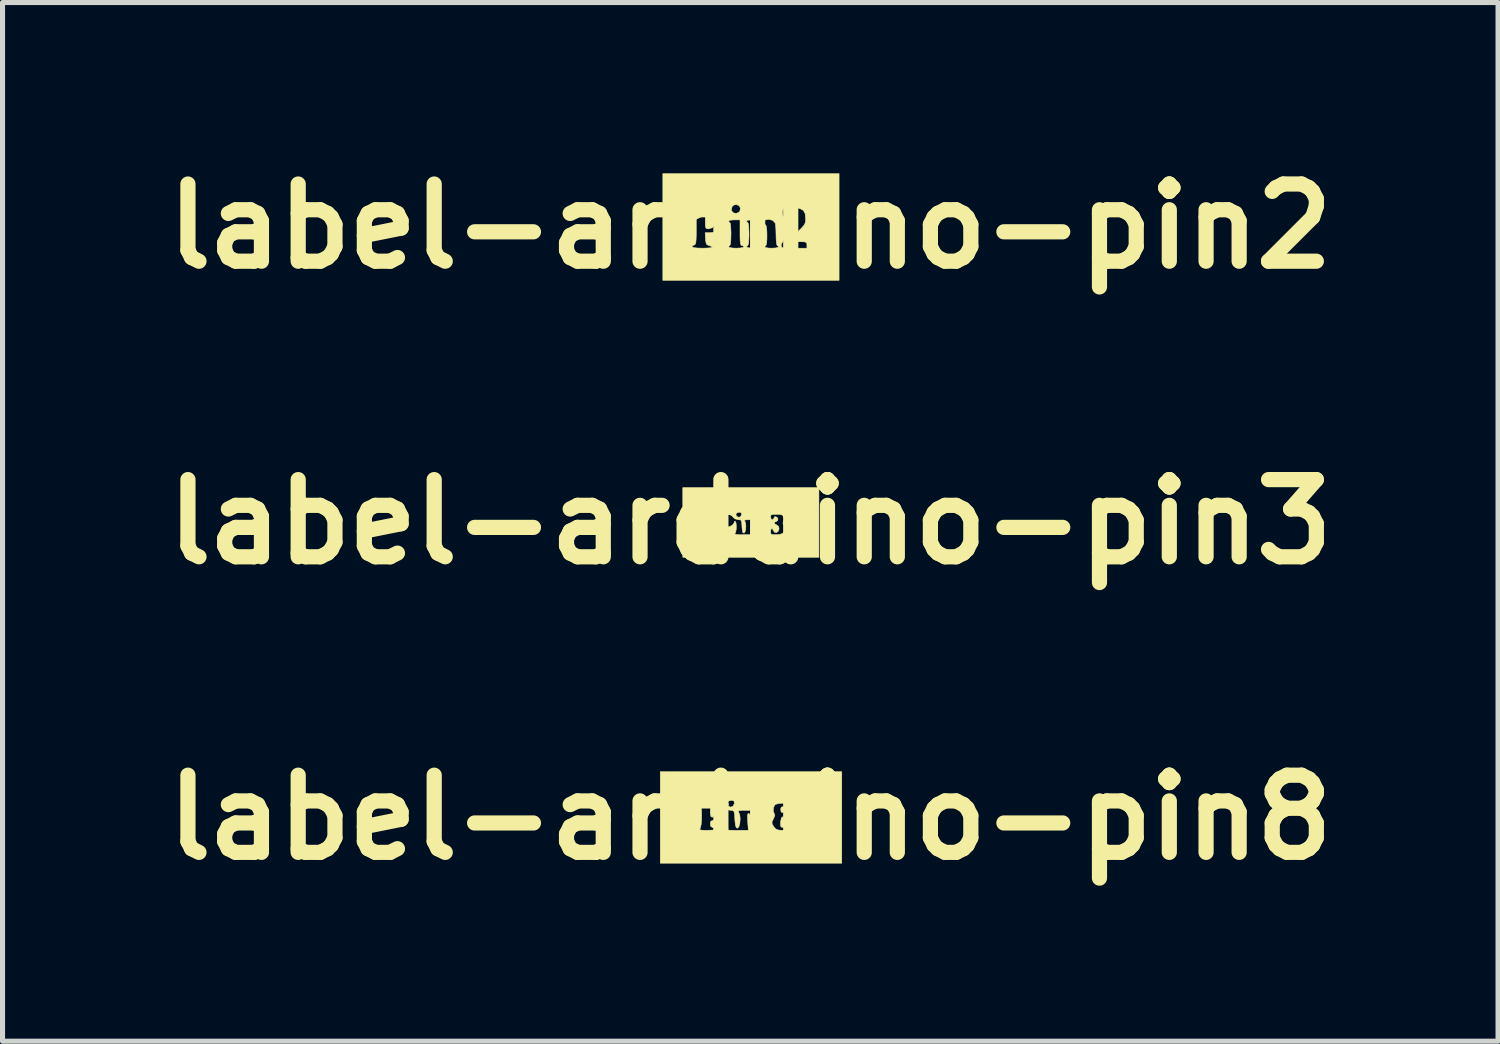
<source format=kicad_pcb>
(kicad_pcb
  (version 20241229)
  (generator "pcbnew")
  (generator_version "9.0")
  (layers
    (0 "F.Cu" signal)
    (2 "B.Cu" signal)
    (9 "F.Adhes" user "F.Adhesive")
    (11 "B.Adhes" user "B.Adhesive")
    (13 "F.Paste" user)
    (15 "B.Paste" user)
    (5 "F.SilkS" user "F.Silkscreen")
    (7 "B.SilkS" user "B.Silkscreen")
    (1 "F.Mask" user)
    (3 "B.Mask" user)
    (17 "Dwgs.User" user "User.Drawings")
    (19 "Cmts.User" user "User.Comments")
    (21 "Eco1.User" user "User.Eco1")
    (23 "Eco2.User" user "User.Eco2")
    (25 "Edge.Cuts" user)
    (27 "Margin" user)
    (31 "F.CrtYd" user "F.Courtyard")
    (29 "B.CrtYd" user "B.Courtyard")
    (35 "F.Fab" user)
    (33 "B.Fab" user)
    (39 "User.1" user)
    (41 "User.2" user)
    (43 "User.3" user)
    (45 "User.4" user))
  (footprint "label-arduino-pin2"
    (layer "F.Cu")
    (at 11.764 1.418)
    (property "Reference" "label-arduino-pin2" (at 0 0 0) (layer "F.SilkS") (effects (font (size 1.524 1.524) (thickness 0.3))))
    (attr through_hole)
    (fp_poly (pts (xy -0.744 -0.291) (xy -0.702 -0.247) (xy -0.686 -0.163) (xy -0.686 -0.136) (xy -0.702 -0.035) (xy -0.748 0.028) (xy -0.824 0.051) (xy -0.827 0.051) (xy -0.86 0.048) (xy -0.878 0.032) (xy -0.887 -0.008) (xy -0.889 -0.083) (xy -0.889 -0.127) (xy -0.888 -0.22) (xy -0.883 -0.273) (xy -0.869 -0.297) (xy -0.842 -0.304) (xy -0.818 -0.305) (xy -0.744 -0.291)) (stroke (width 0.01) (type solid)) (fill yes) (layer "F.SilkS"))
    (fp_poly (pts (xy 1.753 1.067) (xy -1.727 1.067) (xy -1.727 -0.357) (xy -1.167 -0.357) (xy -1.165 -0.34) (xy -1.118 -0.323) (xy -1.097 -0.314) (xy -1.083 -0.296) (xy -1.074 -0.258) (xy -1.069 -0.195) (xy -1.067 -0.095) (xy -1.067 0.025) (xy -1.067 0.162) (xy -1.07 0.256) (xy -1.075 0.316) (xy -1.084 0.35) (xy -1.099 0.367) (xy -1.118 0.374) (xy -1.165 0.392) (xy -1.166 0.408) (xy -1.124 0.421) (xy -1.042 0.429) (xy -0.947 0.432) (xy -0.844 0.429) (xy -0.775 0.423) (xy -0.749 0.413) (xy -0.751 0.409) (xy -0.794 0.385) (xy -0.826 0.377) (xy -0.858 0.361) (xy -0.876 0.32) (xy -0.884 0.247) (xy -0.892 0.127) (xy -0.801 0.127) (xy -0.697 0.114) (xy -0.601 0.079) (xy -0.53 0.031) (xy -0.51 0.004) (xy -0.487 -0.079) (xy -0.487 -0.102) (xy -0.432 -0.102) (xy -0.412 -0.077) (xy -0.406 -0.076) (xy -0.394 -0.052) (xy -0.386 0.014) (xy -0.381 0.115) (xy -0.381 0.152) (xy -0.384 0.262) (xy -0.391 0.34) (xy -0.402 0.378) (xy -0.406 0.381) (xy -0.431 0.4) (xy -0.432 0.406) (xy -0.409 0.42) (xy -0.348 0.429) (xy -0.279 0.432) (xy -0.198 0.428) (xy -0.143 0.418) (xy -0.127 0.406) (xy -0.148 0.384) (xy -0.165 0.381) (xy -0.183 0.373) (xy -0.194 0.342) (xy -0.201 0.28) (xy -0.203 0.18) (xy -0.203 0.127) (xy -0.203 -0.102) (xy -0.076 -0.102) (xy -0.057 -0.077) (xy -0.051 -0.076) (xy -0.039 -0.052) (xy -0.03 0.014) (xy -0.026 0.115) (xy -0.025 0.152) (xy -0.028 0.262) (xy -0.035 0.34) (xy -0.047 0.378) (xy -0.051 0.381) (xy -0.075 0.4) (xy -0.076 0.406) (xy -0.053 0.42) (xy 0.006 0.43) (xy 0.064 0.432) (xy 0.14 0.428) (xy 0.191 0.417) (xy 0.203 0.406) (xy 0.184 0.382) (xy 0.177 0.381) (xy 0.163 0.357) (xy 0.157 0.286) (xy 0.158 0.174) (xy 0.158 0.171) (xy 0.162 0.068) (xy 0.169 0.006) (xy 0.182 -0.028) (xy 0.203 -0.042) (xy 0.226 -0.047) (xy 0.281 -0.041) (xy 0.308 -0.021) (xy 0.32 0.021) (xy 0.327 0.092) (xy 0.329 0.177) (xy 0.328 0.263) (xy 0.322 0.334) (xy 0.311 0.376) (xy 0.305 0.381) (xy 0.28 0.4) (xy 0.279 0.406) (xy 0.302 0.42) (xy 0.362 0.43) (xy 0.419 0.432) (xy 0.496 0.428) (xy 0.546 0.417) (xy 0.559 0.406) (xy 0.539 0.382) (xy 0.533 0.381) (xy 0.529 0.373) (xy 0.61 0.373) (xy 0.612 0.4) (xy 0.624 0.417) (xy 0.657 0.426) (xy 0.718 0.431) (xy 0.818 0.432) (xy 0.864 0.432) (xy 1.118 0.432) (xy 1.118 0.368) (xy 1.115 0.335) (xy 1.1 0.316) (xy 1.061 0.307) (xy 0.987 0.305) (xy 0.94 0.305) (xy 0.852 0.303) (xy 0.789 0.297) (xy 0.762 0.289) (xy 0.762 0.289) (xy 0.779 0.265) (xy 0.826 0.216) (xy 0.892 0.15) (xy 0.927 0.117) (xy 1.006 0.041) (xy 1.055 -0.014) (xy 1.081 -0.058) (xy 1.091 -0.105) (xy 1.092 -0.155) (xy 1.083 -0.249) (xy 1.051 -0.308) (xy 1.042 -0.317) (xy 0.979 -0.35) (xy 0.886 -0.372) (xy 0.785 -0.38) (xy 0.7 -0.371) (xy 0.655 -0.351) (xy 0.637 -0.309) (xy 0.635 -0.266) (xy 0.644 -0.2) (xy 0.666 -0.18) (xy 0.696 -0.208) (xy 0.712 -0.243) (xy 0.739 -0.288) (xy 0.783 -0.302) (xy 0.819 -0.3) (xy 0.869 -0.292) (xy 0.895 -0.271) (xy 0.906 -0.222) (xy 0.909 -0.17) (xy 0.905 -0.073) (xy 0.875 0.017) (xy 0.812 0.109) (xy 0.713 0.215) (xy 0.649 0.288) (xy 0.614 0.351) (xy 0.61 0.373) (xy 0.529 0.373) (xy 0.521 0.357) (xy 0.512 0.293) (xy 0.508 0.197) (xy 0.508 0.18) (xy 0.506 0.079) (xy 0.501 -0.006) (xy 0.493 -0.058) (xy 0.492 -0.063) (xy 0.447 -0.115) (xy 0.371 -0.136) (xy 0.274 -0.123) (xy 0.253 -0.117) (xy 0.192 -0.1) (xy 0.156 -0.1) (xy 0.152 -0.105) (xy 0.13 -0.118) (xy 0.072 -0.126) (xy 0.038 -0.127) (xy -0.03 -0.122) (xy -0.071 -0.109) (xy -0.076 -0.102) (xy -0.203 -0.102) (xy -0.203 -0.127) (xy -0.318 -0.127) (xy -0.386 -0.122) (xy -0.427 -0.109) (xy -0.432 -0.102) (xy -0.487 -0.102) (xy -0.486 -0.175) (xy -0.509 -0.255) (xy -0.555 -0.312) (xy -0.615 -0.342) (xy -0.373 -0.342) (xy -0.369 -0.306) (xy -0.334 -0.265) (xy -0.279 -0.255) (xy -0.226 -0.275) (xy -0.206 -0.299) (xy -0.195 -0.359) (xy -0.221 -0.405) (xy -0.268 -0.429) (xy -0.322 -0.421) (xy -0.355 -0.395) (xy -0.373 -0.342) (xy -0.615 -0.342) (xy -0.63 -0.35) (xy -0.738 -0.372) (xy -0.888 -0.381) (xy -0.926 -0.381) (xy -1.044 -0.378) (xy -1.126 -0.369) (xy -1.167 -0.357) (xy -1.727 -0.357) (xy -1.727 -1.041) (xy 1.753 -1.041) (xy 1.753 1.067)) (stroke (width 0.01) (type solid)) (fill yes) (layer "F.SilkS")))
  (footprint "label-arduino-pin3"
    (layer "F.Cu")
    (at 11.764 7.254)
    (property "Reference" "label-arduino-pin3" (at 0 0 0) (layer "F.SilkS") (effects (font (size 1.524 1.524) (thickness 0.3))))
    (attr through_hole)
    (fp_poly (pts (xy -0.461 -0.078) (xy -0.448 -0.032) (xy -0.457 0.017) (xy -0.467 0.033) (xy -0.5 0.061) (xy -0.52 0.049) (xy -0.529 -0.002) (xy -0.529 -0.023) (xy -0.526 -0.078) (xy -0.513 -0.101) (xy -0.492 -0.102) (xy -0.461 -0.078)) (stroke (width 0.01) (type solid)) (fill yes) (layer "F.SilkS"))
    (fp_poly (pts (xy 1.355 0.699) (xy -1.333 0.699) (xy -1.333 -0.127) (xy -0.699 -0.127) (xy -0.682 -0.106) (xy -0.677 -0.106) (xy -0.666 -0.087) (xy -0.659 -0.038) (xy -0.656 0.029) (xy -0.658 0.101) (xy -0.664 0.167) (xy -0.674 0.214) (xy -0.682 0.229) (xy -0.687 0.243) (xy -0.663 0.251) (xy -0.605 0.254) (xy -0.574 0.254) (xy -0.5 0.251) (xy -0.46 0.242) (xy -0.455 0.233) (xy -0.486 0.213) (xy -0.499 0.212) (xy -0.523 0.193) (xy -0.529 0.159) (xy -0.522 0.12) (xy -0.49 0.107) (xy -0.47 0.106) (xy -0.408 0.094) (xy -0.354 0.064) (xy -0.321 0.025) (xy -0.318 0.008) (xy -0.307 -0.013) (xy -0.296 -0.011) (xy -0.282 0.019) (xy -0.276 0.073) (xy -0.277 0.137) (xy -0.286 0.195) (xy -0.301 0.229) (xy -0.304 0.241) (xy -0.281 0.249) (xy -0.225 0.253) (xy -0.146 0.254) (xy 0.034 0.254) (xy 0.025 0.124) (xy 0.022 0.052) (xy 0.025 0.014) (xy 0.038 0.003) (xy 0.045 0.005) (xy 0.064 0.029) (xy 0.073 0.089) (xy 0.074 0.134) (xy 0.073 0.254) (xy 0.224 0.254) (xy 0.212 0.132) (xy 0.203 0.061) (xy 0.191 0.006) (xy 0.183 -0.016) (xy 0.151 -0.032) (xy 0.08 -0.041) (xy 0.017 -0.042) (xy -0.06 -0.041) (xy -0.102 -0.037) (xy -0.115 -0.027) (xy -0.107 -0.012) (xy -0.092 0.027) (xy -0.087 0.084) (xy -0.091 0.145) (xy -0.103 0.196) (xy -0.122 0.221) (xy -0.127 0.222) (xy -0.146 0.211) (xy -0.158 0.174) (xy -0.164 0.102) (xy -0.165 0.09) (xy -0.169 0.018) (xy -0.177 -0.022) (xy -0.193 -0.038) (xy -0.223 -0.042) (xy -0.236 -0.042) (xy -0.305 -0.061) (xy -0.342 -0.095) (xy -0.368 -0.123) (xy -0.399 -0.139) (xy -0.447 -0.146) (xy -0.463 -0.147) (xy -0.285 -0.147) (xy -0.27 -0.109) (xy -0.269 -0.108) (xy -0.227 -0.089) (xy -0.212 -0.095) (xy 0.402 -0.095) (xy 0.413 -0.053) (xy 0.434 -0.042) (xy 0.462 -0.059) (xy 0.466 -0.076) (xy 0.479 -0.1) (xy 0.508 -0.1) (xy 0.536 -0.08) (xy 0.547 -0.056) (xy 0.536 -0.02) (xy 0.51 -0.007) (xy 0.472 0.011) (xy 0.475 0.033) (xy 0.52 0.06) (xy 0.56 0.09) (xy 0.568 0.136) (xy 0.568 0.143) (xy 0.549 0.189) (xy 0.514 0.21) (xy 0.478 0.203) (xy 0.455 0.171) (xy 0.435 0.133) (xy 0.415 0.134) (xy 0.403 0.171) (xy 0.402 0.191) (xy 0.404 0.228) (xy 0.419 0.247) (xy 0.456 0.253) (xy 0.508 0.254) (xy 0.588 0.247) (xy 0.641 0.225) (xy 0.656 0.212) (xy 0.692 0.163) (xy 0.692 0.116) (xy 0.665 0.067) (xy 0.644 0.026) (xy 0.652 -0.005) (xy 0.657 -0.012) (xy 0.673 -0.049) (xy 0.66 -0.096) (xy 0.641 -0.126) (xy 0.612 -0.142) (xy 0.56 -0.148) (xy 0.519 -0.148) (xy 0.452 -0.147) (xy 0.417 -0.14) (xy 0.404 -0.122) (xy 0.402 -0.095) (xy -0.212 -0.095) (xy -0.19 -0.105) (xy -0.173 -0.143) (xy -0.176 -0.179) (xy -0.208 -0.19) (xy -0.219 -0.191) (xy -0.265 -0.178) (xy -0.285 -0.147) (xy -0.463 -0.147) (xy -0.523 -0.148) (xy -0.541 -0.148) (xy -0.621 -0.146) (xy -0.676 -0.138) (xy -0.698 -0.128) (xy -0.699 -0.127) (xy -1.333 -0.127) (xy -1.333 -0.677) (xy 1.355 -0.677) (xy 1.355 0.699)) (stroke (width 0.01) (type solid)) (fill yes) (layer "F.SilkS")))
  (footprint "label-arduino-pin8"
    (layer "F.Cu")
    (at 11.764 13.09)
    (property "Reference" "label-arduino-pin8" (at 0 0 0) (layer "F.SilkS") (effects (font (size 1.524 1.524) (thickness 0.3))))
    (attr through_hole)
    (fp_poly (pts (xy 0.666 -0.186) (xy 0.667 -0.13) (xy 0.654 -0.106) (xy 0.623 -0.095) (xy 0.604 -0.124) (xy 0.603 -0.181) (xy 0.616 -0.204) (xy 0.647 -0.216) (xy 0.666 -0.186)) (stroke (width 0.01) (type solid)) (fill yes) (layer "F.SilkS"))
    (fp_poly (pts (xy -0.699 -0.188) (xy -0.681 -0.127) (xy -0.694 -0.062) (xy -0.707 -0.041) (xy -0.751 -0.003) (xy -0.778 -0.019) (xy -0.79 -0.088) (xy -0.79 -0.115) (xy -0.786 -0.189) (xy -0.769 -0.219) (xy -0.741 -0.221) (xy -0.699 -0.188)) (stroke (width 0.01) (type solid)) (fill yes) (layer "F.SilkS"))
    (fp_poly (pts (xy 0.655 0.011) (xy 0.67 0.073) (xy 0.672 0.092) (xy 0.672 0.164) (xy 0.654 0.194) (xy 0.635 0.198) (xy 0.605 0.185) (xy 0.596 0.137) (xy 0.598 0.092) (xy 0.61 0.024) (xy 0.63 -0.012) (xy 0.635 -0.014) (xy 0.655 0.011)) (stroke (width 0.01) (type solid)) (fill yes) (layer "F.SilkS"))
    (fp_poly (pts (xy 1.806 0.903) (xy -1.778 0.903) (xy -1.778 -0.254) (xy -1.016 -0.254) (xy -0.995 -0.227) (xy -0.988 -0.226) (xy -0.972 -0.2) (xy -0.963 -0.135) (xy -0.96 -0.046) (xy -0.962 0.05) (xy -0.97 0.138) (xy -0.983 0.201) (xy -0.993 0.22) (xy -1 0.239) (xy -0.969 0.25) (xy -0.891 0.254) (xy -0.851 0.254) (xy -0.751 0.25) (xy -0.698 0.239) (xy -0.691 0.226) (xy -0.732 0.2) (xy -0.75 0.198) (xy -0.782 0.173) (xy -0.79 0.127) (xy -0.78 0.075) (xy -0.738 0.057) (xy -0.712 0.056) (xy -0.629 0.041) (xy -0.557 0.001) (xy -0.513 -0.051) (xy -0.508 -0.074) (xy -0.494 -0.102) (xy -0.48 -0.099) (xy -0.461 -0.06) (xy -0.453 0.013) (xy -0.454 0.098) (xy -0.466 0.175) (xy -0.485 0.22) (xy -0.49 0.237) (xy -0.459 0.247) (xy -0.385 0.253) (xy -0.279 0.254) (xy -0.039 0.254) (xy -0.051 0.081) (xy -0.056 -0.015) (xy -0.051 -0.066) (xy -0.034 -0.08) (xy -0.025 -0.078) (xy 0.000372 -0.046) (xy 0.012 0.034) (xy 0.013 0.094) (xy 0.013 0.254) (xy 0.214 0.254) (xy 0.198 0.092) (xy 0.197 0.085) (xy 0.429 0.085) (xy 0.432 0.13) (xy 0.461 0.18) (xy 0.503 0.228) (xy 0.559 0.25) (xy 0.635 0.254) (xy 0.721 0.248) (xy 0.774 0.223) (xy 0.809 0.18) (xy 0.84 0.124) (xy 0.839 0.079) (xy 0.812 0.025) (xy 0.786 -0.036) (xy 0.791 -0.071) (xy 0.792 -0.072) (xy 0.815 -0.114) (xy 0.815 -0.179) (xy 0.793 -0.238) (xy 0.785 -0.248) (xy 0.731 -0.272) (xy 0.648 -0.281) (xy 0.561 -0.276) (xy 0.497 -0.257) (xy 0.485 -0.248) (xy 0.459 -0.195) (xy 0.453 -0.129) (xy 0.47 -0.079) (xy 0.478 -0.072) (xy 0.484 -0.038) (xy 0.46 0.022) (xy 0.458 0.025) (xy 0.429 0.085) (xy 0.197 0.085) (xy 0.186 -0.003) (xy 0.17 -0.077) (xy 0.16 -0.106) (xy 0.116 -0.127) (xy 0.022 -0.139) (xy -0.062 -0.141) (xy -0.165 -0.14) (xy -0.22 -0.133) (xy -0.238 -0.121) (xy -0.228 -0.101) (xy -0.207 -0.049) (xy -0.2 0.028) (xy -0.206 0.109) (xy -0.222 0.176) (xy -0.248 0.21) (xy -0.254 0.212) (xy -0.279 0.197) (xy -0.295 0.147) (xy -0.304 0.052) (xy -0.305 0.035) (xy -0.31 -0.061) (xy -0.32 -0.114) (xy -0.342 -0.136) (xy -0.381 -0.141) (xy -0.399 -0.141) (xy -0.492 -0.166) (xy -0.541 -0.212) (xy -0.576 -0.248) (xy -0.617 -0.27) (xy -0.68 -0.279) (xy -0.702 -0.28) (xy -0.465 -0.28) (xy -0.445 -0.23) (xy -0.443 -0.228) (xy -0.388 -0.203) (xy -0.338 -0.225) (xy -0.316 -0.275) (xy -0.32 -0.323) (xy -0.362 -0.338) (xy -0.376 -0.339) (xy -0.439 -0.321) (xy -0.465 -0.28) (xy -0.702 -0.28) (xy -0.781 -0.282) (xy -0.806 -0.282) (xy -0.912 -0.279) (xy -0.986 -0.269) (xy -1.016 -0.255) (xy -1.016 -0.254) (xy -1.778 -0.254) (xy -1.778 -0.903) (xy 1.806 -0.903) (xy 1.806 0.903)) (stroke (width 0.01) (type solid)) (fill yes) (layer "F.SilkS")))
  (gr_rect
    (start -3 -3)
    (end 26.528 17.508)
    (stroke (width 0.1) (type default))
    (fill no)
    (layer "Edge.Cuts")))
</source>
